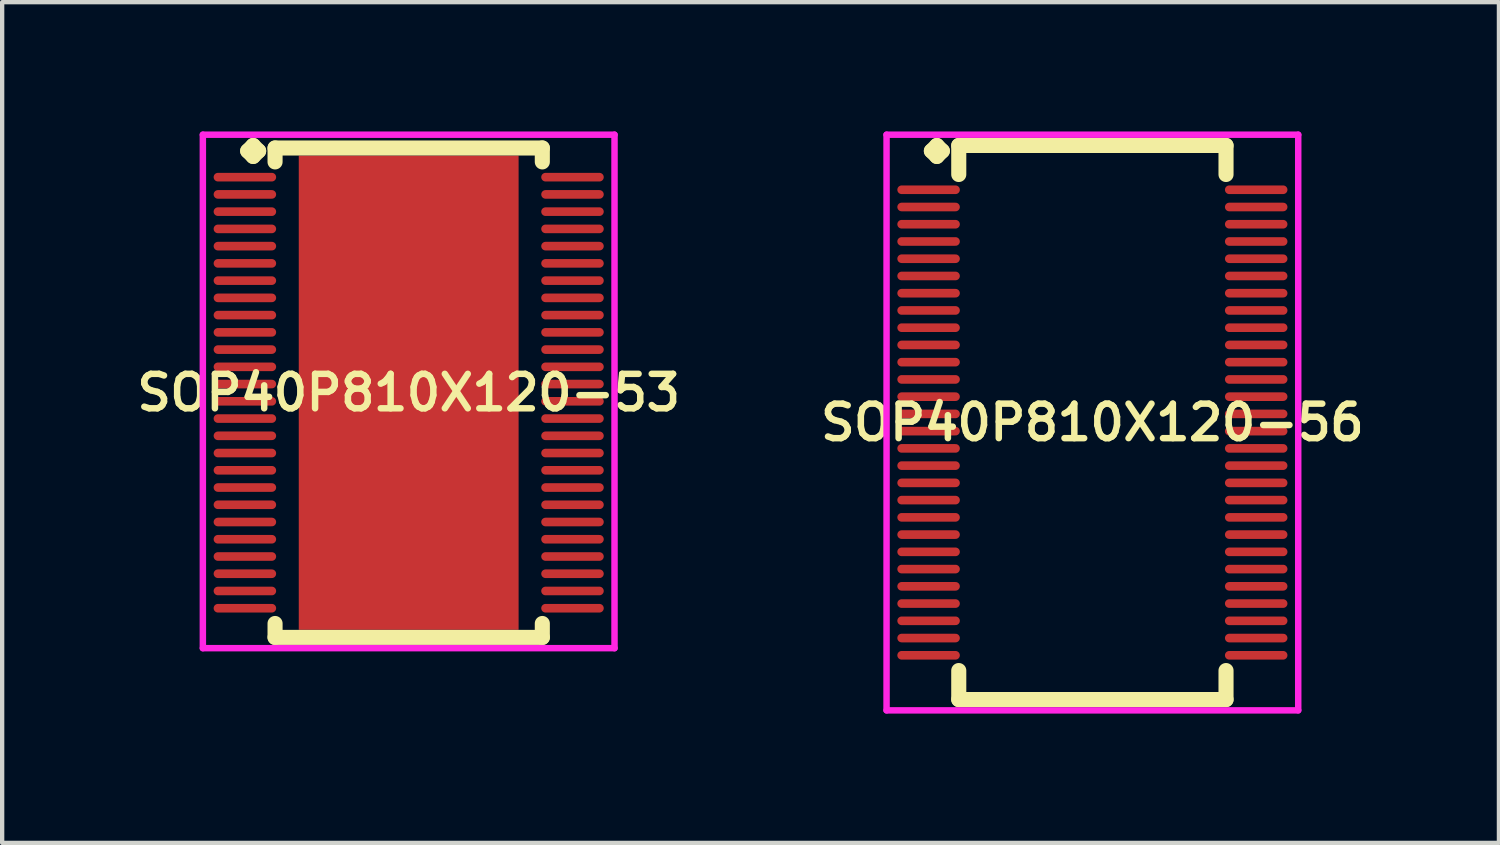
<source format=kicad_pcb>
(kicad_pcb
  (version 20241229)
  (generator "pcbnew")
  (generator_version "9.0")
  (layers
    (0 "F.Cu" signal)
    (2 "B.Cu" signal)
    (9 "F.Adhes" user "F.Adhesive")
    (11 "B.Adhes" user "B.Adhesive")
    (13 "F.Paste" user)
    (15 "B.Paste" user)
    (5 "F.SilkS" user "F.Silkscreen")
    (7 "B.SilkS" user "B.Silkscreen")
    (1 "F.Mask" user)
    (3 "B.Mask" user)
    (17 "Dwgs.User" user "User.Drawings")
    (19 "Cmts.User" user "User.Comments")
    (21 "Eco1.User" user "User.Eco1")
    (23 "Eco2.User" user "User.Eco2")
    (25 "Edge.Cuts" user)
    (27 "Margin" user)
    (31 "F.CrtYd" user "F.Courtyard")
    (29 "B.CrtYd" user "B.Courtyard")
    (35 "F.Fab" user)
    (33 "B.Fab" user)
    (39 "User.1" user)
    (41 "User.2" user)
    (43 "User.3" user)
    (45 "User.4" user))
  (footprint "SOP40P810X120-56"
    (layer "F.Cu")
    (at 22.292 6.752)
    (property "Reference" "SOP40P810X120-56" (at 0 0 0) (layer "F.SilkS") (effects (font (size 0.8 0.8) (thickness 0.15))))
    (attr smd)
    (fp_line (start -3.735 -6.3) (end -3.608 -6.427) (stroke (width 0.35) (type solid)) (layer "F.SilkS"))
    (fp_line (start -3.608 -6.427) (end -3.481 -6.3) (stroke (width 0.35) (type solid)) (layer "F.SilkS"))
    (fp_line (start -3.608 -6.173) (end -3.735 -6.3) (stroke (width 0.35) (type solid)) (layer "F.SilkS"))
    (fp_line (start -3.481 -6.3) (end -3.608 -6.173) (stroke (width 0.35) (type solid)) (layer "F.SilkS"))
    (fp_line (start -3.1 -6.427) (end 3.1 -6.427) (stroke (width 0.35) (type solid)) (layer "F.SilkS"))
    (fp_line (start -3.1 -5.754) (end -3.1 -6.427) (stroke (width 0.35) (type solid)) (layer "F.SilkS"))
    (fp_line (start -3.1 5.754) (end -3.1 6.427) (stroke (width 0.35) (type solid)) (layer "F.SilkS"))
    (fp_line (start -3.1 6.427) (end 3.1 6.427) (stroke (width 0.35) (type solid)) (layer "F.SilkS"))
    (fp_line (start 3.1 -6.427) (end 3.1 -5.754) (stroke (width 0.35) (type solid)) (layer "F.SilkS"))
    (fp_line (start 3.1 6.427) (end 3.1 5.754) (stroke (width 0.35) (type solid)) (layer "F.SilkS"))
    (fp_line (start -4.775 -6.677) (end 4.775 -6.677) (stroke (width 0.15) (type solid)) (layer "F.CrtYd"))
    (fp_line (start -4.775 6.677) (end -4.775 -6.677) (stroke (width 0.15) (type solid)) (layer "F.CrtYd"))
    (fp_line (start 4.775 -6.677) (end 4.775 6.677) (stroke (width 0.15) (type solid)) (layer "F.CrtYd"))
    (fp_line (start 4.775 6.677) (end -4.775 6.677) (stroke (width 0.15) (type solid)) (layer "F.CrtYd"))
    (pad "1" smd oval (at -3.8 -5.4) (size 1.45 0.2) (layers "F.Cu" "F.Mask" "F.Paste"))
    (pad "2" smd oval (at -3.8 -5) (size 1.45 0.2) (layers "F.Cu" "F.Mask" "F.Paste"))
    (pad "3" smd oval (at -3.8 -4.6) (size 1.45 0.2) (layers "F.Cu" "F.Mask" "F.Paste"))
    (pad "4" smd oval (at -3.8 -4.2) (size 1.45 0.2) (layers "F.Cu" "F.Mask" "F.Paste"))
    (pad "5" smd oval (at -3.8 -3.8) (size 1.45 0.2) (layers "F.Cu" "F.Mask" "F.Paste"))
    (pad "6" smd oval (at -3.8 -3.4) (size 1.45 0.2) (layers "F.Cu" "F.Mask" "F.Paste"))
    (pad "7" smd oval (at -3.8 -3) (size 1.45 0.2) (layers "F.Cu" "F.Mask" "F.Paste"))
    (pad "8" smd oval (at -3.8 -2.6) (size 1.45 0.2) (layers "F.Cu" "F.Mask" "F.Paste"))
    (pad "9" smd oval (at -3.8 -2.2) (size 1.45 0.2) (layers "F.Cu" "F.Mask" "F.Paste"))
    (pad "10" smd oval (at -3.8 -1.8) (size 1.45 0.2) (layers "F.Cu" "F.Mask" "F.Paste"))
    (pad "11" smd oval (at -3.8 -1.4) (size 1.45 0.2) (layers "F.Cu" "F.Mask" "F.Paste"))
    (pad "12" smd oval (at -3.8 -1) (size 1.45 0.2) (layers "F.Cu" "F.Mask" "F.Paste"))
    (pad "13" smd oval (at -3.8 -0.6) (size 1.45 0.2) (layers "F.Cu" "F.Mask" "F.Paste"))
    (pad "14" smd oval (at -3.8 -0.2) (size 1.45 0.2) (layers "F.Cu" "F.Mask" "F.Paste"))
    (pad "15" smd oval (at -3.8 0.2) (size 1.45 0.2) (layers "F.Cu" "F.Mask" "F.Paste"))
    (pad "16" smd oval (at -3.8 0.6) (size 1.45 0.2) (layers "F.Cu" "F.Mask" "F.Paste"))
    (pad "17" smd oval (at -3.8 1) (size 1.45 0.2) (layers "F.Cu" "F.Mask" "F.Paste"))
    (pad "18" smd oval (at -3.8 1.4) (size 1.45 0.2) (layers "F.Cu" "F.Mask" "F.Paste"))
    (pad "19" smd oval (at -3.8 1.8) (size 1.45 0.2) (layers "F.Cu" "F.Mask" "F.Paste"))
    (pad "20" smd oval (at -3.8 2.2) (size 1.45 0.2) (layers "F.Cu" "F.Mask" "F.Paste"))
    (pad "21" smd oval (at -3.8 2.6) (size 1.45 0.2) (layers "F.Cu" "F.Mask" "F.Paste"))
    (pad "22" smd oval (at -3.8 3) (size 1.45 0.2) (layers "F.Cu" "F.Mask" "F.Paste"))
    (pad "23" smd oval (at -3.8 3.4) (size 1.45 0.2) (layers "F.Cu" "F.Mask" "F.Paste"))
    (pad "24" smd oval (at -3.8 3.8) (size 1.45 0.2) (layers "F.Cu" "F.Mask" "F.Paste"))
    (pad "25" smd oval (at -3.8 4.2) (size 1.45 0.2) (layers "F.Cu" "F.Mask" "F.Paste"))
    (pad "26" smd oval (at -3.8 4.6) (size 1.45 0.2) (layers "F.Cu" "F.Mask" "F.Paste"))
    (pad "27" smd oval (at -3.8 5) (size 1.45 0.2) (layers "F.Cu" "F.Mask" "F.Paste"))
    (pad "28" smd oval (at -3.8 5.4) (size 1.45 0.2) (layers "F.Cu" "F.Mask" "F.Paste"))
    (pad "29" smd oval (at 3.8 5.4) (size 1.45 0.2) (layers "F.Cu" "F.Mask" "F.Paste"))
    (pad "30" smd oval (at 3.8 5) (size 1.45 0.2) (layers "F.Cu" "F.Mask" "F.Paste"))
    (pad "31" smd oval (at 3.8 4.6) (size 1.45 0.2) (layers "F.Cu" "F.Mask" "F.Paste"))
    (pad "32" smd oval (at 3.8 4.2) (size 1.45 0.2) (layers "F.Cu" "F.Mask" "F.Paste"))
    (pad "33" smd oval (at 3.8 3.8) (size 1.45 0.2) (layers "F.Cu" "F.Mask" "F.Paste"))
    (pad "34" smd oval (at 3.8 3.4) (size 1.45 0.2) (layers "F.Cu" "F.Mask" "F.Paste"))
    (pad "35" smd oval (at 3.8 3) (size 1.45 0.2) (layers "F.Cu" "F.Mask" "F.Paste"))
    (pad "36" smd oval (at 3.8 2.6) (size 1.45 0.2) (layers "F.Cu" "F.Mask" "F.Paste"))
    (pad "37" smd oval (at 3.8 2.2) (size 1.45 0.2) (layers "F.Cu" "F.Mask" "F.Paste"))
    (pad "38" smd oval (at 3.8 1.8) (size 1.45 0.2) (layers "F.Cu" "F.Mask" "F.Paste"))
    (pad "39" smd oval (at 3.8 1.4) (size 1.45 0.2) (layers "F.Cu" "F.Mask" "F.Paste"))
    (pad "40" smd oval (at 3.8 1) (size 1.45 0.2) (layers "F.Cu" "F.Mask" "F.Paste"))
    (pad "41" smd oval (at 3.8 0.6) (size 1.45 0.2) (layers "F.Cu" "F.Mask" "F.Paste"))
    (pad "42" smd oval (at 3.8 0.2) (size 1.45 0.2) (layers "F.Cu" "F.Mask" "F.Paste"))
    (pad "43" smd oval (at 3.8 -0.2) (size 1.45 0.2) (layers "F.Cu" "F.Mask" "F.Paste"))
    (pad "44" smd oval (at 3.8 -0.6) (size 1.45 0.2) (layers "F.Cu" "F.Mask" "F.Paste"))
    (pad "45" smd oval (at 3.8 -1) (size 1.45 0.2) (layers "F.Cu" "F.Mask" "F.Paste"))
    (pad "46" smd oval (at 3.8 -1.4) (size 1.45 0.2) (layers "F.Cu" "F.Mask" "F.Paste"))
    (pad "47" smd oval (at 3.8 -1.8) (size 1.45 0.2) (layers "F.Cu" "F.Mask" "F.Paste"))
    (pad "48" smd oval (at 3.8 -2.2) (size 1.45 0.2) (layers "F.Cu" "F.Mask" "F.Paste"))
    (pad "49" smd oval (at 3.8 -2.6) (size 1.45 0.2) (layers "F.Cu" "F.Mask" "F.Paste"))
    (pad "50" smd oval (at 3.8 -3) (size 1.45 0.2) (layers "F.Cu" "F.Mask" "F.Paste"))
    (pad "51" smd oval (at 3.8 -3.4) (size 1.45 0.2) (layers "F.Cu" "F.Mask" "F.Paste"))
    (pad "52" smd oval (at 3.8 -3.8) (size 1.45 0.2) (layers "F.Cu" "F.Mask" "F.Paste"))
    (pad "53" smd oval (at 3.8 -4.2) (size 1.45 0.2) (layers "F.Cu" "F.Mask" "F.Paste"))
    (pad "54" smd oval (at 3.8 -4.6) (size 1.45 0.2) (layers "F.Cu" "F.Mask" "F.Paste"))
    (pad "55" smd oval (at 3.8 -5) (size 1.45 0.2) (layers "F.Cu" "F.Mask" "F.Paste"))
    (pad "56" smd oval (at 3.8 -5.4) (size 1.45 0.2) (layers "F.Cu" "F.Mask" "F.Paste")))
  (footprint "SOP40P810X120-53"
    (layer "F.Cu")
    (at 6.431 6.06)
    (property "Reference" "SOP40P810X120-53" (at 0 0 0) (layer "F.SilkS") (effects (font (size 0.8 0.8) (thickness 0.15))))
    (attr through_hole)
    (fp_line (start -3.735 -5.608) (end -3.608 -5.735) (stroke (width 0.35) (type solid)) (layer "F.SilkS"))
    (fp_line (start -3.608 -5.735) (end -3.481 -5.608) (stroke (width 0.35) (type solid)) (layer "F.SilkS"))
    (fp_line (start -3.608 -5.481) (end -3.735 -5.608) (stroke (width 0.35) (type solid)) (layer "F.SilkS"))
    (fp_line (start -3.481 -5.608) (end -3.608 -5.481) (stroke (width 0.35) (type solid)) (layer "F.SilkS"))
    (fp_line (start -3.1 -5.677) (end 3.1 -5.677) (stroke (width 0.35) (type solid)) (layer "F.SilkS"))
    (fp_line (start -3.1 -5.354) (end -3.1 -5.677) (stroke (width 0.35) (type solid)) (layer "F.SilkS"))
    (fp_line (start -3.1 5.354) (end -3.1 5.677) (stroke (width 0.35) (type solid)) (layer "F.SilkS"))
    (fp_line (start -3.1 5.677) (end 3.1 5.677) (stroke (width 0.35) (type solid)) (layer "F.SilkS"))
    (fp_line (start 3.1 -5.677) (end 3.1 -5.354) (stroke (width 0.35) (type solid)) (layer "F.SilkS"))
    (fp_line (start 3.1 5.677) (end 3.1 5.354) (stroke (width 0.35) (type solid)) (layer "F.SilkS"))
    (fp_line (start -4.775 -5.985) (end 4.775 -5.985) (stroke (width 0.15) (type solid)) (layer "F.CrtYd"))
    (fp_line (start -4.775 5.927) (end -4.775 -5.985) (stroke (width 0.15) (type solid)) (layer "F.CrtYd"))
    (fp_line (start 4.775 -5.985) (end 4.775 5.927) (stroke (width 0.15) (type solid)) (layer "F.CrtYd"))
    (fp_line (start 4.775 5.927) (end -4.775 5.927) (stroke (width 0.15) (type solid)) (layer "F.CrtYd"))
    (pad "1" smd oval (at -3.8 -5) (size 1.45 0.2) (layers "F.Cu" "F.Mask" "F.Paste"))
    (pad "2" smd oval (at -3.8 -4.6) (size 1.45 0.2) (layers "F.Cu" "F.Mask" "F.Paste"))
    (pad "3" smd oval (at -3.8 -4.2) (size 1.45 0.2) (layers "F.Cu" "F.Mask" "F.Paste"))
    (pad "4" smd oval (at -3.8 -3.8) (size 1.45 0.2) (layers "F.Cu" "F.Mask" "F.Paste"))
    (pad "5" smd oval (at -3.8 -3.4) (size 1.45 0.2) (layers "F.Cu" "F.Mask" "F.Paste"))
    (pad "6" smd oval (at -3.8 -3) (size 1.45 0.2) (layers "F.Cu" "F.Mask" "F.Paste"))
    (pad "7" smd oval (at -3.8 -2.6) (size 1.45 0.2) (layers "F.Cu" "F.Mask" "F.Paste"))
    (pad "8" smd oval (at -3.8 -2.2) (size 1.45 0.2) (layers "F.Cu" "F.Mask" "F.Paste"))
    (pad "9" smd oval (at -3.8 -1.8) (size 1.45 0.2) (layers "F.Cu" "F.Mask" "F.Paste"))
    (pad "10" smd oval (at -3.8 -1.4) (size 1.45 0.2) (layers "F.Cu" "F.Mask" "F.Paste"))
    (pad "11" smd oval (at -3.8 -1) (size 1.45 0.2) (layers "F.Cu" "F.Mask" "F.Paste"))
    (pad "12" smd oval (at -3.8 -0.6) (size 1.45 0.2) (layers "F.Cu" "F.Mask" "F.Paste"))
    (pad "13" smd oval (at -3.8 -0.2) (size 1.45 0.2) (layers "F.Cu" "F.Mask" "F.Paste"))
    (pad "14" smd oval (at -3.8 0.2) (size 1.45 0.2) (layers "F.Cu" "F.Mask" "F.Paste"))
    (pad "15" smd oval (at -3.8 0.6) (size 1.45 0.2) (layers "F.Cu" "F.Mask" "F.Paste"))
    (pad "16" smd oval (at -3.8 1) (size 1.45 0.2) (layers "F.Cu" "F.Mask" "F.Paste"))
    (pad "17" smd oval (at -3.8 1.4) (size 1.45 0.2) (layers "F.Cu" "F.Mask" "F.Paste"))
    (pad "18" smd oval (at -3.8 1.8) (size 1.45 0.2) (layers "F.Cu" "F.Mask" "F.Paste"))
    (pad "19" smd oval (at -3.8 2.2) (size 1.45 0.2) (layers "F.Cu" "F.Mask" "F.Paste"))
    (pad "20" smd oval (at -3.8 2.6) (size 1.45 0.2) (layers "F.Cu" "F.Mask" "F.Paste"))
    (pad "21" smd oval (at -3.8 3) (size 1.45 0.2) (layers "F.Cu" "F.Mask" "F.Paste"))
    (pad "22" smd oval (at -3.8 3.4) (size 1.45 0.2) (layers "F.Cu" "F.Mask" "F.Paste"))
    (pad "23" smd oval (at -3.8 3.8) (size 1.45 0.2) (layers "F.Cu" "F.Mask" "F.Paste"))
    (pad "24" smd oval (at -3.8 4.2) (size 1.45 0.2) (layers "F.Cu" "F.Mask" "F.Paste"))
    (pad "25" smd oval (at -3.8 4.6) (size 1.45 0.2) (layers "F.Cu" "F.Mask" "F.Paste"))
    (pad "26" smd oval (at -3.8 5) (size 1.45 0.2) (layers "F.Cu" "F.Mask" "F.Paste"))
    (pad "27" smd oval (at 3.8 5) (size 1.45 0.2) (layers "F.Cu" "F.Mask" "F.Paste"))
    (pad "28" smd oval (at 3.8 4.6) (size 1.45 0.2) (layers "F.Cu" "F.Mask" "F.Paste"))
    (pad "29" smd oval (at 3.8 4.2) (size 1.45 0.2) (layers "F.Cu" "F.Mask" "F.Paste"))
    (pad "30" smd oval (at 3.8 3.8) (size 1.45 0.2) (layers "F.Cu" "F.Mask" "F.Paste"))
    (pad "31" smd oval (at 3.8 3.4) (size 1.45 0.2) (layers "F.Cu" "F.Mask" "F.Paste"))
    (pad "32" smd oval (at 3.8 3) (size 1.45 0.2) (layers "F.Cu" "F.Mask" "F.Paste"))
    (pad "33" smd oval (at 3.8 2.6) (size 1.45 0.2) (layers "F.Cu" "F.Mask" "F.Paste"))
    (pad "34" smd oval (at 3.8 2.2) (size 1.45 0.2) (layers "F.Cu" "F.Mask" "F.Paste"))
    (pad "35" smd oval (at 3.8 1.8) (size 1.45 0.2) (layers "F.Cu" "F.Mask" "F.Paste"))
    (pad "36" smd oval (at 3.8 1.4) (size 1.45 0.2) (layers "F.Cu" "F.Mask" "F.Paste"))
    (pad "37" smd oval (at 3.8 1) (size 1.45 0.2) (layers "F.Cu" "F.Mask" "F.Paste"))
    (pad "38" smd oval (at 3.8 0.6) (size 1.45 0.2) (layers "F.Cu" "F.Mask" "F.Paste"))
    (pad "39" smd oval (at 3.8 0.2) (size 1.45 0.2) (layers "F.Cu" "F.Mask" "F.Paste"))
    (pad "40" smd oval (at 3.8 -0.2) (size 1.45 0.2) (layers "F.Cu" "F.Mask" "F.Paste"))
    (pad "41" smd oval (at 3.8 -0.6) (size 1.45 0.2) (layers "F.Cu" "F.Mask" "F.Paste"))
    (pad "42" smd oval (at 3.8 -1) (size 1.45 0.2) (layers "F.Cu" "F.Mask" "F.Paste"))
    (pad "43" smd oval (at 3.8 -1.4) (size 1.45 0.2) (layers "F.Cu" "F.Mask" "F.Paste"))
    (pad "44" smd oval (at 3.8 -1.8) (size 1.45 0.2) (layers "F.Cu" "F.Mask" "F.Paste"))
    (pad "45" smd oval (at 3.8 -2.2) (size 1.45 0.2) (layers "F.Cu" "F.Mask" "F.Paste"))
    (pad "46" smd oval (at 3.8 -2.6) (size 1.45 0.2) (layers "F.Cu" "F.Mask" "F.Paste"))
    (pad "47" smd oval (at 3.8 -3) (size 1.45 0.2) (layers "F.Cu" "F.Mask" "F.Paste"))
    (pad "48" smd oval (at 3.8 -3.4) (size 1.45 0.2) (layers "F.Cu" "F.Mask" "F.Paste"))
    (pad "49" smd oval (at 3.8 -3.8) (size 1.45 0.2) (layers "F.Cu" "F.Mask" "F.Paste"))
    (pad "50" smd oval (at 3.8 -4.2) (size 1.45 0.2) (layers "F.Cu" "F.Mask" "F.Paste"))
    (pad "51" smd oval (at 3.8 -4.6) (size 1.45 0.2) (layers "F.Cu" "F.Mask" "F.Paste"))
    (pad "52" smd oval (at 3.8 -5) (size 1.45 0.2) (layers "F.Cu" "F.Mask" "F.Paste"))
    (pad "53" smd rect (at 0 0) (size 5.1 11) (layers "F.Cu" "F.Mask" "F.Paste")))
  (gr_rect
    (start -3 -3)
    (end 31.723 16.504)
    (stroke (width 0.1) (type default))
    (fill no)
    (layer "Edge.Cuts")))
</source>
